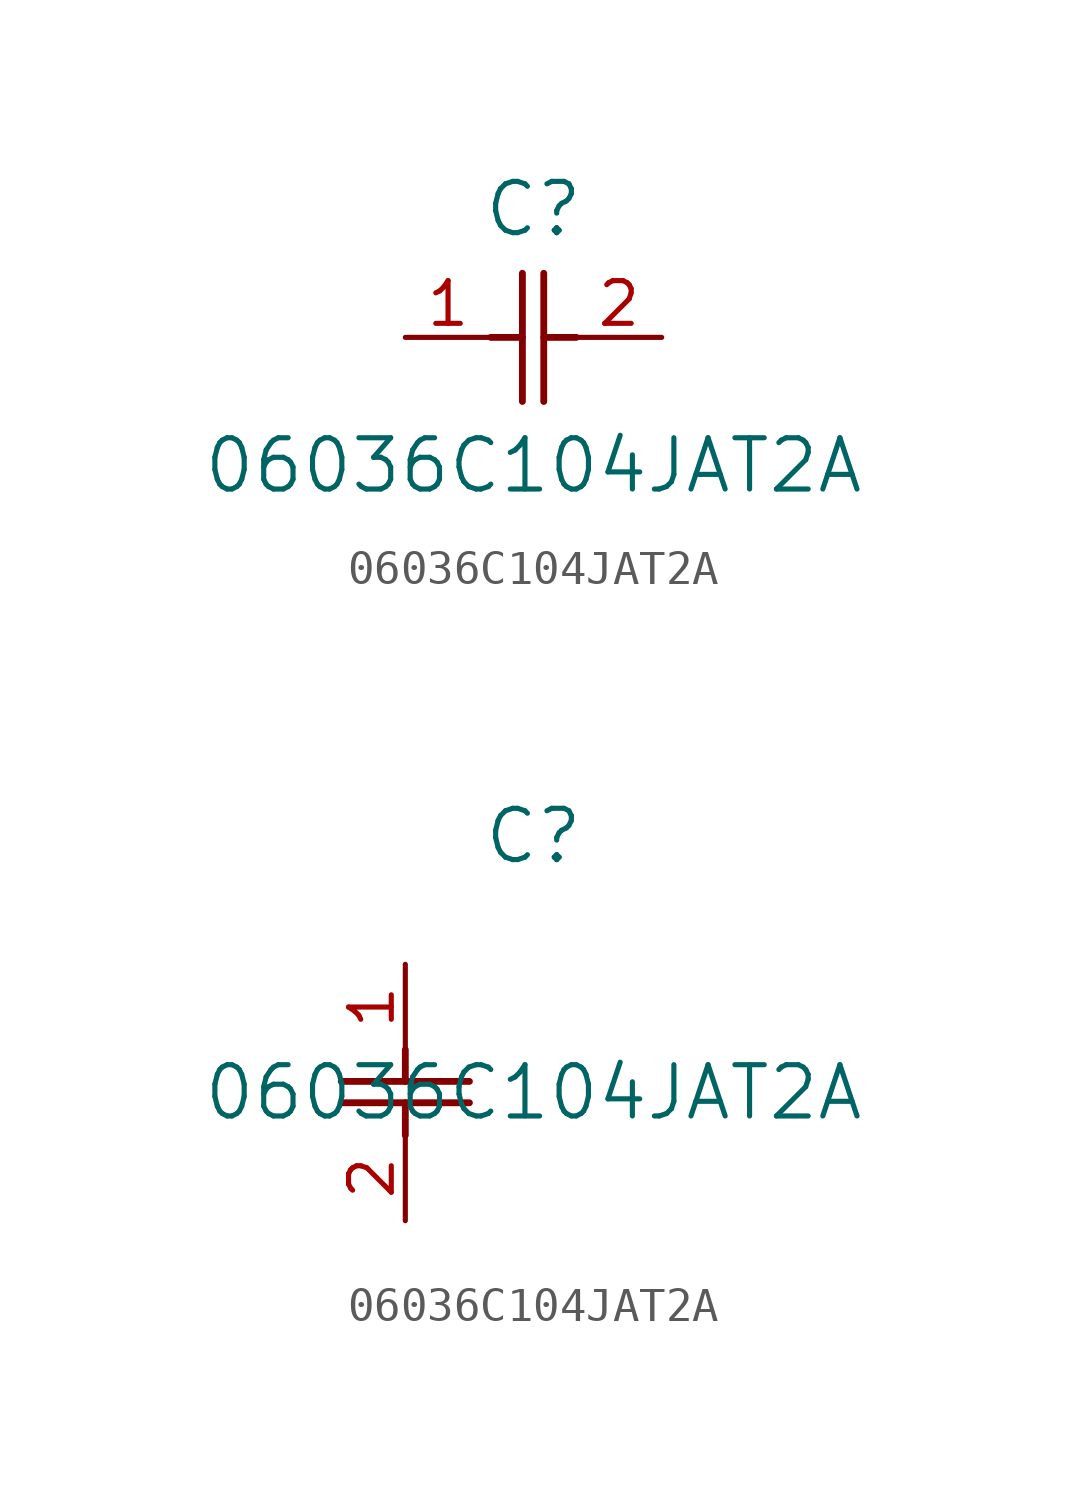
<source format=kicad_sym>
(kicad_symbol_lib
  (version 20211014)
  (generator kicad_symbol_editor)
  (symbol "06036C104JAT2A"
    (pin_names
      (offset 0.254))
    (property "Reference" "C"
      (at 3.81 3.81 0)
      (effects (font (size 1.524 1.524))))
    (property "Value" "06036C104JAT2A"
      (at 3.81 -3.81 0)
      (effects (font (size 1.524 1.524))))
    (symbol "06036C104JAT2A_1_1"
      (polyline (pts (xy 3.48 -1.905) (xy 3.48 1.905)) (stroke (width 0.203) (type default) (color 0 0 0 0)) (fill (type none)))
      (polyline (pts (xy 4.115 -1.905) (xy 4.115 1.905)) (stroke (width 0.203) (type default) (color 0 0 0 0)) (fill (type none)))
      (polyline (pts (xy 4.115 0) (xy 5.08 0)) (stroke (width 0.203) (type default) (color 0 0 0 0)) (fill (type none)))
      (polyline (pts (xy 2.54 0) (xy 3.48 0)) (stroke (width 0.203) (type default) (color 0 0 0 0)) (fill (type none)))
      (pin unspecified line (at 0 0 0) (length 2.54) (name "" (effects (font (size 1.27 1.27)))) (number "1" (effects (font (size 1.27 1.27)))))
      (pin unspecified line (at 7.62 0 180) (length 2.54) (name "" (effects (font (size 1.27 1.27)))) (number "2" (effects (font (size 1.27 1.27))))))
    (symbol "06036C104JAT2A_1_2"
      (polyline (pts (xy -1.905 -3.48) (xy 1.905 -3.48)) (stroke (width 0.203) (type default) (color 0 0 0 0)) (fill (type none)))
      (polyline (pts (xy -1.905 -4.115) (xy 1.905 -4.115)) (stroke (width 0.203) (type default) (color 0 0 0 0)) (fill (type none)))
      (polyline (pts (xy 0 -4.115) (xy 0 -5.08)) (stroke (width 0.203) (type default) (color 0 0 0 0)) (fill (type none)))
      (polyline (pts (xy 0 -2.54) (xy 0 -3.48)) (stroke (width 0.203) (type default) (color 0 0 0 0)) (fill (type none)))
      (pin unspecified line (at 0 0 270) (length 2.54) (name "" (effects (font (size 1.27 1.27)))) (number "1" (effects (font (size 1.27 1.27)))))
      (pin unspecified line (at 0 -7.62 90) (length 2.54) (name "" (effects (font (size 1.27 1.27)))) (number "2" (effects (font (size 1.27 1.27))))))))
</source>
